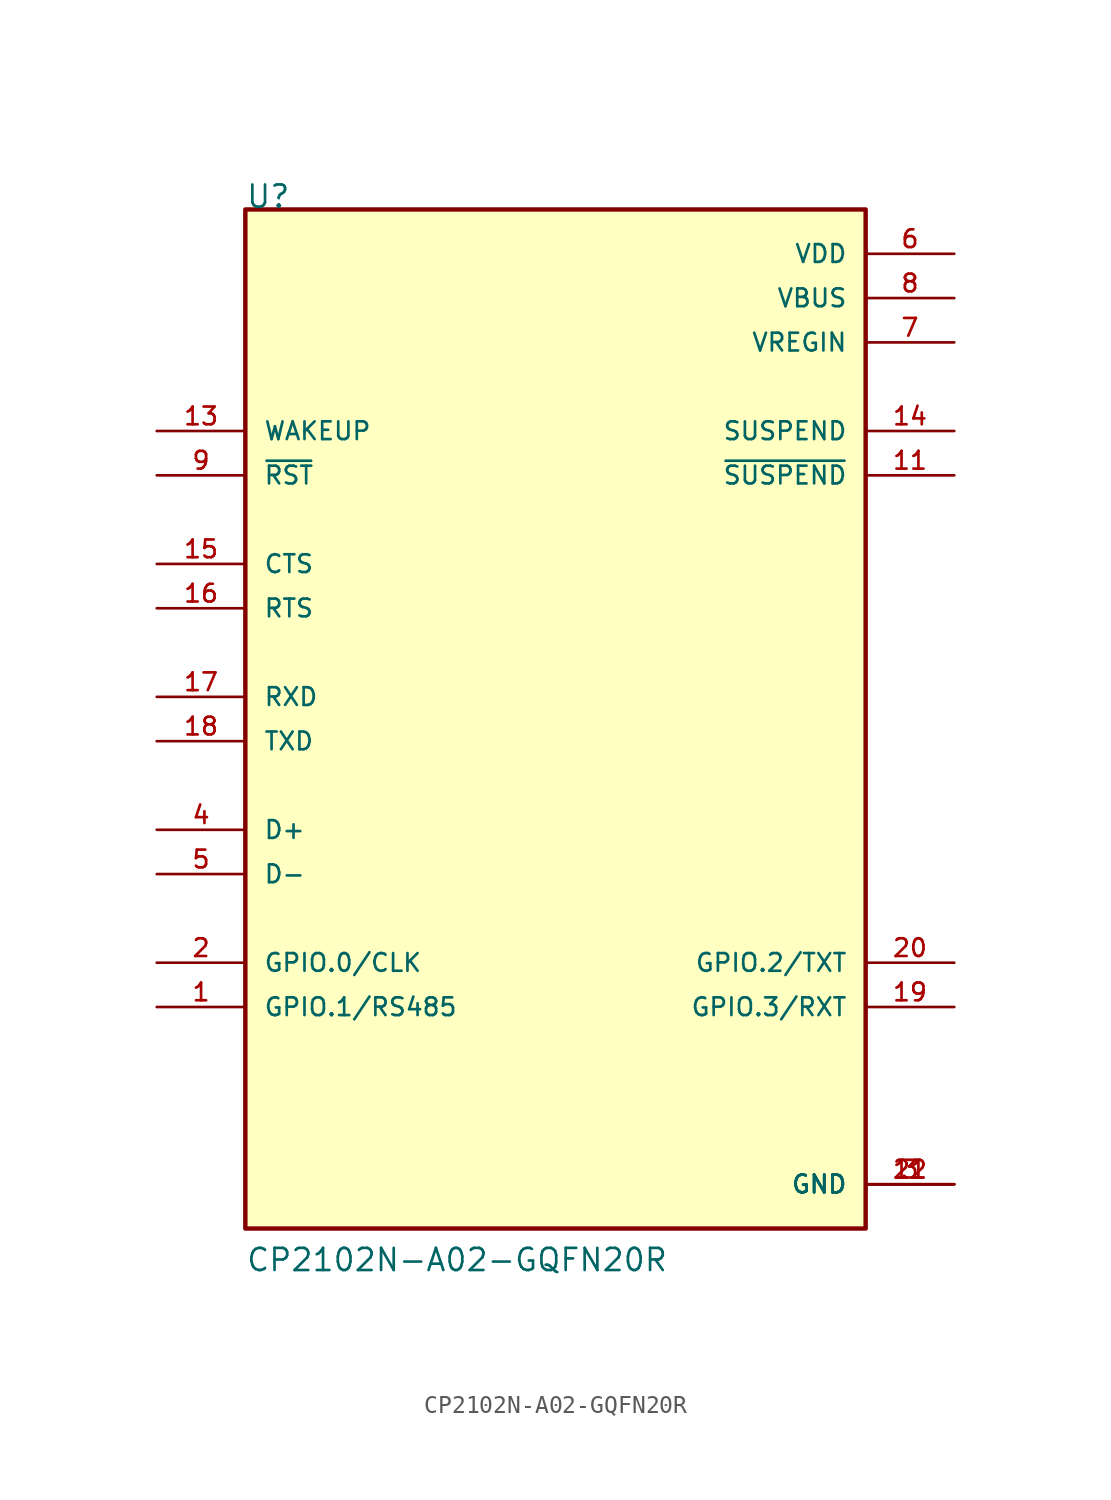
<source format=kicad_sym>
(kicad_symbol_lib
  (version 20211014)
  (generator kicad_symbol_editor)
  (symbol "CP2102N-A02-GQFN20R"
    (pin_names
      (offset 1.016))
    (property "Reference" "U"
      (at -17.78 27.94 0)
      (effects (font (size 1.27 1.27)) (justify bottom left)))
    (property "Value" "CP2102N-A02-GQFN20R"
      (at -17.78 -33.02 0)
      (effects (font (size 1.27 1.27)) (justify bottom left)))
    (symbol "CP2102N-A02-GQFN20R_0_0"
      (rectangle (start -17.78 -30.48) (end 17.78 27.94) (stroke (width 0.254)) (fill (type background)))
      (pin bidirectional line (at -22.86 -17.78 0) (length 5.08) (name "GPIO.1/RS485" (effects (font (size 1.016 1.016)))) (number "1" (effects (font (size 1.016 1.016)))))
      (pin bidirectional line (at -22.86 -15.24 0) (length 5.08) (name "GPIO.0/CLK" (effects (font (size 1.016 1.016)))) (number "2" (effects (font (size 1.016 1.016)))))
      (pin power_in line (at 22.86 -27.94 180.0) (length 5.08) (name "GND" (effects (font (size 1.016 1.016)))) (number "3" (effects (font (size 1.016 1.016)))))
      (pin power_in line (at 22.86 -27.94 180.0) (length 5.08) (name "GND" (effects (font (size 1.016 1.016)))) (number "12" (effects (font (size 1.016 1.016)))))
      (pin power_in line (at 22.86 -27.94 180.0) (length 5.08) (name "GND" (effects (font (size 1.016 1.016)))) (number "21" (effects (font (size 1.016 1.016)))))
      (pin bidirectional line (at -22.86 -7.62 0) (length 5.08) (name "D+" (effects (font (size 1.016 1.016)))) (number "4" (effects (font (size 1.016 1.016)))))
      (pin bidirectional line (at -22.86 -10.16 0) (length 5.08) (name "D-" (effects (font (size 1.016 1.016)))) (number "5" (effects (font (size 1.016 1.016)))))
      (pin power_in line (at 22.86 25.4 180.0) (length 5.08) (name "VDD" (effects (font (size 1.016 1.016)))) (number "6" (effects (font (size 1.016 1.016)))))
      (pin power_in line (at 22.86 20.32 180.0) (length 5.08) (name "VREGIN" (effects (font (size 1.016 1.016)))) (number "7" (effects (font (size 1.016 1.016)))))
      (pin power_in line (at 22.86 22.86 180.0) (length 5.08) (name "VBUS" (effects (font (size 1.016 1.016)))) (number "8" (effects (font (size 1.016 1.016)))))
      (pin input line (at -22.86 12.7 0) (length 5.08) (name "~{RST}" (effects (font (size 1.016 1.016)))) (number "9" (effects (font (size 1.016 1.016)))))
      (pin output line (at 22.86 12.7 180.0) (length 5.08) (name "~{SUSPEND}" (effects (font (size 1.016 1.016)))) (number "11" (effects (font (size 1.016 1.016)))))
      (pin input line (at -22.86 15.24 0) (length 5.08) (name "WAKEUP" (effects (font (size 1.016 1.016)))) (number "13" (effects (font (size 1.016 1.016)))))
      (pin output line (at 22.86 15.24 180.0) (length 5.08) (name "SUSPEND" (effects (font (size 1.016 1.016)))) (number "14" (effects (font (size 1.016 1.016)))))
      (pin input line (at -22.86 7.62 0) (length 5.08) (name "CTS" (effects (font (size 1.016 1.016)))) (number "15" (effects (font (size 1.016 1.016)))))
      (pin output line (at -22.86 5.08 0) (length 5.08) (name "RTS" (effects (font (size 1.016 1.016)))) (number "16" (effects (font (size 1.016 1.016)))))
      (pin input line (at -22.86 0.0 0) (length 5.08) (name "RXD" (effects (font (size 1.016 1.016)))) (number "17" (effects (font (size 1.016 1.016)))))
      (pin output line (at -22.86 -2.54 0) (length 5.08) (name "TXD" (effects (font (size 1.016 1.016)))) (number "18" (effects (font (size 1.016 1.016)))))
      (pin bidirectional line (at 22.86 -17.78 180.0) (length 5.08) (name "GPIO.3/RXT" (effects (font (size 1.016 1.016)))) (number "19" (effects (font (size 1.016 1.016)))))
      (pin bidirectional line (at 22.86 -15.24 180.0) (length 5.08) (name "GPIO.2/TXT" (effects (font (size 1.016 1.016)))) (number "20" (effects (font (size 1.016 1.016))))))))
</source>
